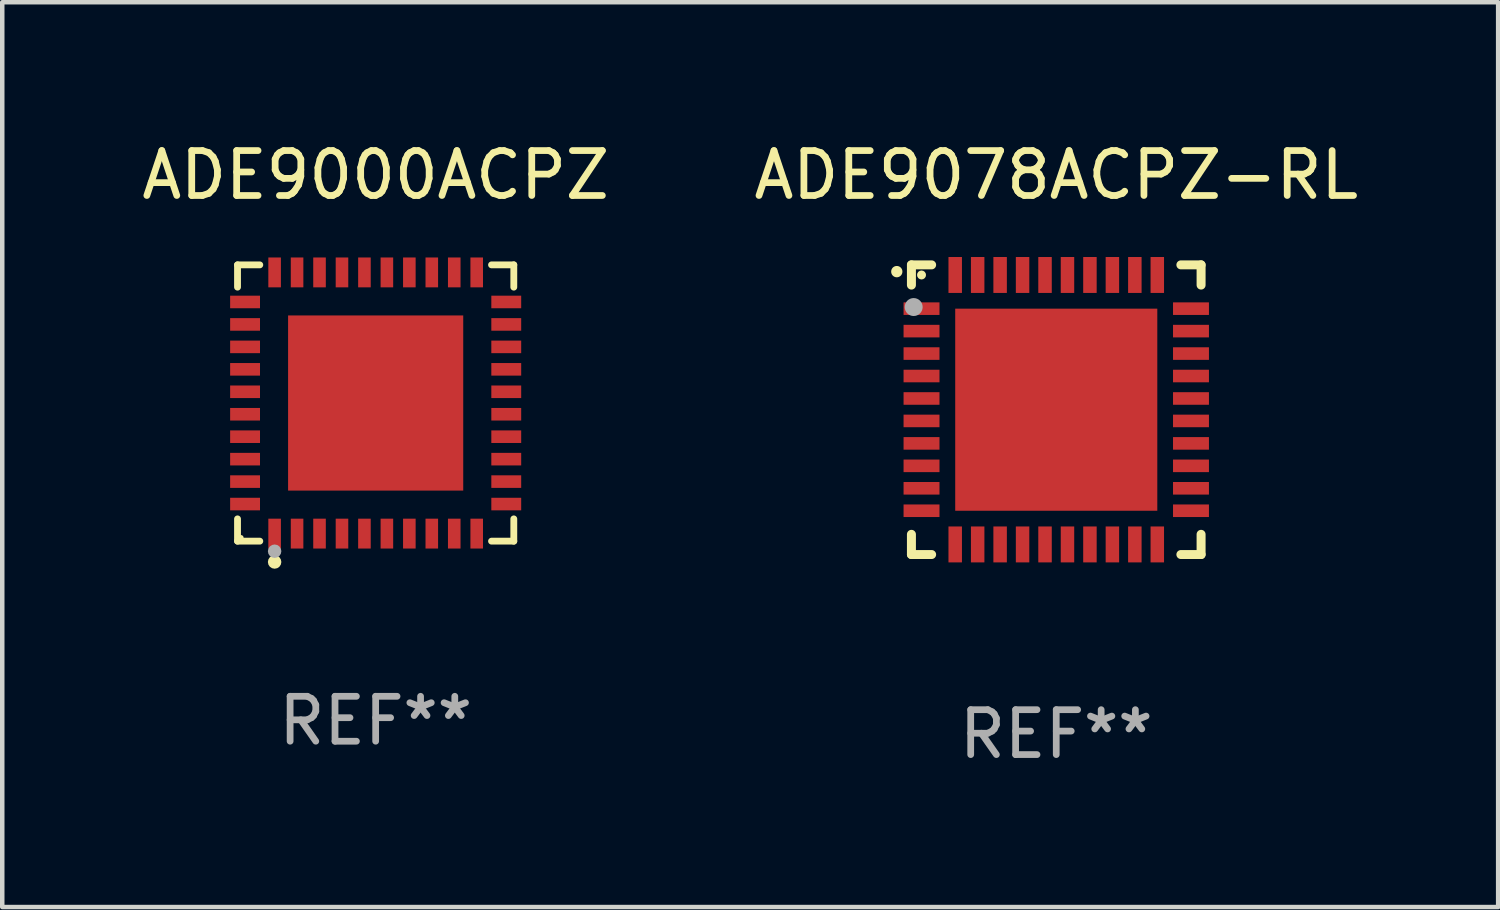
<source format=kicad_pcb>
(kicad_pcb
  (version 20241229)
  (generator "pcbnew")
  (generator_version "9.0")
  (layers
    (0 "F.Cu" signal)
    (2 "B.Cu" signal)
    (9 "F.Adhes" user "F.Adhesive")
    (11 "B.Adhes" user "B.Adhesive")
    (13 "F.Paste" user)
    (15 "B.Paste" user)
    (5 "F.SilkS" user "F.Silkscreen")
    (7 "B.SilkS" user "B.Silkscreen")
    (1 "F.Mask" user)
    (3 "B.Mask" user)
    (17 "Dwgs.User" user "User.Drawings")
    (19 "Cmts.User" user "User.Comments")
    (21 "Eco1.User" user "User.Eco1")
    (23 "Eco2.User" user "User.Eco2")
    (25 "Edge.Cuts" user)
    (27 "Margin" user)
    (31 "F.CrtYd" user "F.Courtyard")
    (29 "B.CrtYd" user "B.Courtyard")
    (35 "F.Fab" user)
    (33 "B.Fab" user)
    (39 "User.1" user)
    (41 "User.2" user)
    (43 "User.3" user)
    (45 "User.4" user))
  (footprint "ADE9000ACPZ"
    (layer "F.Cu")
    (at 5.315 5.924)
    (property "Reference" "ADE9000ACPZ" (at 0 -5.076 0) (layer "F.SilkS") (effects (font (size 1 1) (thickness 0.15))))
    (attr through_hole)
    (fp_line (start -3.076 -3.076) (end -2.58 -3.076) (stroke (width 0.152) (type solid)) (layer "F.SilkS"))
    (fp_line (start -3.076 -2.58) (end -3.076 -3.076) (stroke (width 0.152) (type solid)) (layer "F.SilkS"))
    (fp_line (start -3.076 2.58) (end -3.076 3.076) (stroke (width 0.152) (type solid)) (layer "F.SilkS"))
    (fp_line (start -3.076 3.076) (end -2.58 3.076) (stroke (width 0.152) (type solid)) (layer "F.SilkS"))
    (fp_line (start 3.076 -3.076) (end 2.58 -3.076) (stroke (width 0.152) (type solid)) (layer "F.SilkS"))
    (fp_line (start 3.076 -2.58) (end 3.076 -3.076) (stroke (width 0.152) (type solid)) (layer "F.SilkS"))
    (fp_line (start 3.076 2.58) (end 3.076 3.076) (stroke (width 0.152) (type solid)) (layer "F.SilkS"))
    (fp_line (start 3.076 3.076) (end 2.58 3.076) (stroke (width 0.152) (type solid)) (layer "F.SilkS"))
    (fp_circle (center -3 3) (end -2.97 3) (stroke (width 0.06) (type solid)) (fill no) (layer "F.SilkS"))
    (fp_circle (center -2.25 3.54) (end -2.175 3.54) (stroke (width 0.15) (type solid)) (fill no) (layer "F.SilkS"))
    (fp_circle (center -2.25 3.3) (end -2.175 3.3) (stroke (width 0.15) (type solid)) (fill no) (layer "F.Fab"))
    (fp_text user "REF**" (at 0 7.076 0) (layer "F.Fab") (effects (font (size 1 1) (thickness 0.15))))
    (pad "1" smd rect (at -2.25 2.908) (size 0.28 0.665) (layers "F.Cu" "F.Mask" "F.Paste"))
    (pad "2" smd rect (at -1.75 2.908) (size 0.28 0.665) (layers "F.Cu" "F.Mask" "F.Paste"))
    (pad "3" smd rect (at -1.25 2.908) (size 0.28 0.665) (layers "F.Cu" "F.Mask" "F.Paste"))
    (pad "4" smd rect (at -0.75 2.908) (size 0.28 0.665) (layers "F.Cu" "F.Mask" "F.Paste"))
    (pad "5" smd rect (at -0.25 2.908) (size 0.28 0.665) (layers "F.Cu" "F.Mask" "F.Paste"))
    (pad "6" smd rect (at 0.25 2.908) (size 0.28 0.665) (layers "F.Cu" "F.Mask" "F.Paste"))
    (pad "7" smd rect (at 0.75 2.908) (size 0.28 0.665) (layers "F.Cu" "F.Mask" "F.Paste"))
    (pad "8" smd rect (at 1.25 2.908) (size 0.28 0.665) (layers "F.Cu" "F.Mask" "F.Paste"))
    (pad "9" smd rect (at 1.75 2.908) (size 0.28 0.665) (layers "F.Cu" "F.Mask" "F.Paste"))
    (pad "10" smd rect (at 2.25 2.908) (size 0.28 0.665) (layers "F.Cu" "F.Mask" "F.Paste"))
    (pad "11" smd rect (at 2.908 2.25) (size 0.665 0.28) (layers "F.Cu" "F.Mask" "F.Paste"))
    (pad "12" smd rect (at 2.908 1.75) (size 0.665 0.28) (layers "F.Cu" "F.Mask" "F.Paste"))
    (pad "13" smd rect (at 2.908 1.25) (size 0.665 0.28) (layers "F.Cu" "F.Mask" "F.Paste"))
    (pad "14" smd rect (at 2.908 0.75) (size 0.665 0.28) (layers "F.Cu" "F.Mask" "F.Paste"))
    (pad "15" smd rect (at 2.908 0.25) (size 0.665 0.28) (layers "F.Cu" "F.Mask" "F.Paste"))
    (pad "16" smd rect (at 2.908 -0.25) (size 0.665 0.28) (layers "F.Cu" "F.Mask" "F.Paste"))
    (pad "17" smd rect (at 2.908 -0.75) (size 0.665 0.28) (layers "F.Cu" "F.Mask" "F.Paste"))
    (pad "18" smd rect (at 2.908 -1.25) (size 0.665 0.28) (layers "F.Cu" "F.Mask" "F.Paste"))
    (pad "19" smd rect (at 2.908 -1.75) (size 0.665 0.28) (layers "F.Cu" "F.Mask" "F.Paste"))
    (pad "20" smd rect (at 2.908 -2.25) (size 0.665 0.28) (layers "F.Cu" "F.Mask" "F.Paste"))
    (pad "21" smd rect (at 2.25 -2.908) (size 0.28 0.665) (layers "F.Cu" "F.Mask" "F.Paste"))
    (pad "22" smd rect (at 1.75 -2.908) (size 0.28 0.665) (layers "F.Cu" "F.Mask" "F.Paste"))
    (pad "23" smd rect (at 1.25 -2.908) (size 0.28 0.665) (layers "F.Cu" "F.Mask" "F.Paste"))
    (pad "24" smd rect (at 0.75 -2.908) (size 0.28 0.665) (layers "F.Cu" "F.Mask" "F.Paste"))
    (pad "25" smd rect (at 0.25 -2.908) (size 0.28 0.665) (layers "F.Cu" "F.Mask" "F.Paste"))
    (pad "26" smd rect (at -0.25 -2.908) (size 0.28 0.665) (layers "F.Cu" "F.Mask" "F.Paste"))
    (pad "27" smd rect (at -0.75 -2.908) (size 0.28 0.665) (layers "F.Cu" "F.Mask" "F.Paste"))
    (pad "28" smd rect (at -1.25 -2.908) (size 0.28 0.665) (layers "F.Cu" "F.Mask" "F.Paste"))
    (pad "29" smd rect (at -1.75 -2.908) (size 0.28 0.665) (layers "F.Cu" "F.Mask" "F.Paste"))
    (pad "30" smd rect (at -2.25 -2.908) (size 0.28 0.665) (layers "F.Cu" "F.Mask" "F.Paste"))
    (pad "31" smd rect (at -2.908 -2.25) (size 0.665 0.28) (layers "F.Cu" "F.Mask" "F.Paste"))
    (pad "32" smd rect (at -2.908 -1.75) (size 0.665 0.28) (layers "F.Cu" "F.Mask" "F.Paste"))
    (pad "33" smd rect (at -2.908 -1.25) (size 0.665 0.28) (layers "F.Cu" "F.Mask" "F.Paste"))
    (pad "34" smd rect (at -2.908 -0.75) (size 0.665 0.28) (layers "F.Cu" "F.Mask" "F.Paste"))
    (pad "35" smd rect (at -2.908 -0.25) (size 0.665 0.28) (layers "F.Cu" "F.Mask" "F.Paste"))
    (pad "36" smd rect (at -2.908 0.25) (size 0.665 0.28) (layers "F.Cu" "F.Mask" "F.Paste"))
    (pad "37" smd rect (at -2.908 0.75) (size 0.665 0.28) (layers "F.Cu" "F.Mask" "F.Paste"))
    (pad "38" smd rect (at -2.908 1.25) (size 0.665 0.28) (layers "F.Cu" "F.Mask" "F.Paste"))
    (pad "39" smd rect (at -2.908 1.75) (size 0.665 0.28) (layers "F.Cu" "F.Mask" "F.Paste"))
    (pad "40" smd rect (at -2.908 2.25) (size 0.665 0.28) (layers "F.Cu" "F.Mask" "F.Paste"))
    (pad "41" smd rect (at 0 0) (size 3.9 3.9) (layers "F.Cu" "F.Mask" "F.Paste")))
  (footprint "ADE9078ACPZ-RL"
    (layer "F.Cu")
    (at 20.47 6.073)
    (property "Reference" "ADE9078ACPZ-RL" (at 0 -5.225 0) (layer "F.SilkS") (effects (font (size 1 1) (thickness 0.15))))
    (attr through_hole)
    (fp_line (start -3.225 -3.225) (end -2.775 -3.225) (stroke (width 0.2) (type solid)) (layer "F.SilkS"))
    (fp_line (start -3.225 -2.775) (end -3.225 -3.225) (stroke (width 0.2) (type solid)) (layer "F.SilkS"))
    (fp_line (start -3.225 2.775) (end -3.225 3.225) (stroke (width 0.2) (type solid)) (layer "F.SilkS"))
    (fp_line (start -3.225 3.225) (end -2.775 3.225) (stroke (width 0.2) (type solid)) (layer "F.SilkS"))
    (fp_line (start 2.775 -3.225) (end 3.225 -3.225) (stroke (width 0.2) (type solid)) (layer "F.SilkS"))
    (fp_line (start 2.775 3.225) (end 3.225 3.225) (stroke (width 0.2) (type solid)) (layer "F.SilkS"))
    (fp_line (start 3.225 -3.225) (end 3.225 -2.775) (stroke (width 0.2) (type solid)) (layer "F.SilkS"))
    (fp_line (start 3.225 3.225) (end 3.225 2.775) (stroke (width 0.2) (type solid)) (layer "F.SilkS"))
    (fp_arc (start -3.55094 -3.073406) (mid -3.550946 -3.074676) (end -3.55094 -3.075946) (stroke (width 0.25) (type solid)) (layer "F.SilkS"))
    (fp_circle (center -3 -3) (end -2.95 -3) (stroke (width 0.1) (type solid)) (fill no) (layer "F.SilkS"))
    (fp_circle (center -3.175 -2.286) (end -3.075 -2.286) (stroke (width 0.2) (type solid)) (fill no) (layer "F.Fab"))
    (fp_text user "REF**" (at 0 7.225 0) (layer "F.Fab") (effects (font (size 1 1) (thickness 0.15))))
    (pad "1" smd rect (at -3 -2.25) (size 0.8 0.28) (layers "F.Cu" "F.Mask" "F.Paste"))
    (pad "2" smd rect (at -3 -1.75) (size 0.8 0.28) (layers "F.Cu" "F.Mask" "F.Paste"))
    (pad "3" smd rect (at -3 -1.25) (size 0.8 0.28) (layers "F.Cu" "F.Mask" "F.Paste"))
    (pad "4" smd rect (at -3 -0.75) (size 0.8 0.28) (layers "F.Cu" "F.Mask" "F.Paste"))
    (pad "5" smd rect (at -3 -0.25) (size 0.8 0.28) (layers "F.Cu" "F.Mask" "F.Paste"))
    (pad "6" smd rect (at -3 0.25) (size 0.8 0.28) (layers "F.Cu" "F.Mask" "F.Paste"))
    (pad "7" smd rect (at -3 0.75) (size 0.8 0.28) (layers "F.Cu" "F.Mask" "F.Paste"))
    (pad "8" smd rect (at -3 1.25) (size 0.8 0.28) (layers "F.Cu" "F.Mask" "F.Paste"))
    (pad "9" smd rect (at -3 1.75) (size 0.8 0.28) (layers "F.Cu" "F.Mask" "F.Paste"))
    (pad "10" smd rect (at -3 2.25) (size 0.8 0.28) (layers "F.Cu" "F.Mask" "F.Paste"))
    (pad "11" smd rect (at -2.25 3) (size 0.3 0.8) (layers "F.Cu" "F.Mask" "F.Paste"))
    (pad "12" smd rect (at -1.75 3) (size 0.3 0.8) (layers "F.Cu" "F.Mask" "F.Paste"))
    (pad "13" smd rect (at -1.25 3) (size 0.3 0.8) (layers "F.Cu" "F.Mask" "F.Paste"))
    (pad "14" smd rect (at -0.75 3) (size 0.3 0.8) (layers "F.Cu" "F.Mask" "F.Paste"))
    (pad "15" smd rect (at -0.25 3) (size 0.3 0.8) (layers "F.Cu" "F.Mask" "F.Paste"))
    (pad "16" smd rect (at 0.25 3) (size 0.3 0.8) (layers "F.Cu" "F.Mask" "F.Paste"))
    (pad "17" smd rect (at 0.75 3) (size 0.3 0.8) (layers "F.Cu" "F.Mask" "F.Paste"))
    (pad "18" smd rect (at 1.25 3) (size 0.3 0.8) (layers "F.Cu" "F.Mask" "F.Paste"))
    (pad "19" smd rect (at 1.75 3) (size 0.3 0.8) (layers "F.Cu" "F.Mask" "F.Paste"))
    (pad "20" smd rect (at 2.25 3) (size 0.3 0.8) (layers "F.Cu" "F.Mask" "F.Paste"))
    (pad "21" smd rect (at 3 2.25) (size 0.8 0.28) (layers "F.Cu" "F.Mask" "F.Paste"))
    (pad "22" smd rect (at 3 1.75) (size 0.8 0.28) (layers "F.Cu" "F.Mask" "F.Paste"))
    (pad "23" smd rect (at 3 1.25) (size 0.8 0.28) (layers "F.Cu" "F.Mask" "F.Paste"))
    (pad "24" smd rect (at 3 0.75) (size 0.8 0.28) (layers "F.Cu" "F.Mask" "F.Paste"))
    (pad "25" smd rect (at 3 0.25) (size 0.8 0.28) (layers "F.Cu" "F.Mask" "F.Paste"))
    (pad "26" smd rect (at 3 -0.25) (size 0.8 0.28) (layers "F.Cu" "F.Mask" "F.Paste"))
    (pad "27" smd rect (at 3 -0.75) (size 0.8 0.28) (layers "F.Cu" "F.Mask" "F.Paste"))
    (pad "28" smd rect (at 3 -1.25) (size 0.8 0.28) (layers "F.Cu" "F.Mask" "F.Paste"))
    (pad "29" smd rect (at 3 -1.75) (size 0.8 0.28) (layers "F.Cu" "F.Mask" "F.Paste"))
    (pad "30" smd rect (at 3 -2.25) (size 0.8 0.28) (layers "F.Cu" "F.Mask" "F.Paste"))
    (pad "31" smd rect (at 2.25 -3) (size 0.3 0.8) (layers "F.Cu" "F.Mask" "F.Paste"))
    (pad "32" smd rect (at 1.75 -3) (size 0.3 0.8) (layers "F.Cu" "F.Mask" "F.Paste"))
    (pad "33" smd rect (at 1.25 -3) (size 0.3 0.8) (layers "F.Cu" "F.Mask" "F.Paste"))
    (pad "34" smd rect (at 0.75 -3) (size 0.3 0.8) (layers "F.Cu" "F.Mask" "F.Paste"))
    (pad "35" smd rect (at 0.25 -3) (size 0.3 0.8) (layers "F.Cu" "F.Mask" "F.Paste"))
    (pad "36" smd rect (at -0.25 -3) (size 0.3 0.8) (layers "F.Cu" "F.Mask" "F.Paste"))
    (pad "37" smd rect (at -0.75 -3) (size 0.3 0.8) (layers "F.Cu" "F.Mask" "F.Paste"))
    (pad "38" smd rect (at -1.25 -3) (size 0.3 0.8) (layers "F.Cu" "F.Mask" "F.Paste"))
    (pad "39" smd rect (at -1.75 -3) (size 0.3 0.8) (layers "F.Cu" "F.Mask" "F.Paste"))
    (pad "40" smd rect (at -2.25 -3) (size 0.3 0.8) (layers "F.Cu" "F.Mask" "F.Paste"))
    (pad "41" smd rect (at -0.000013 0) (size 4.5 4.5) (layers "F.Cu" "F.Mask" "F.Paste")))
  (gr_rect
    (start -3 -3)
    (end 30.31 17.147)
    (stroke (width 0.1) (type default))
    (fill no)
    (layer "Edge.Cuts")))
</source>
